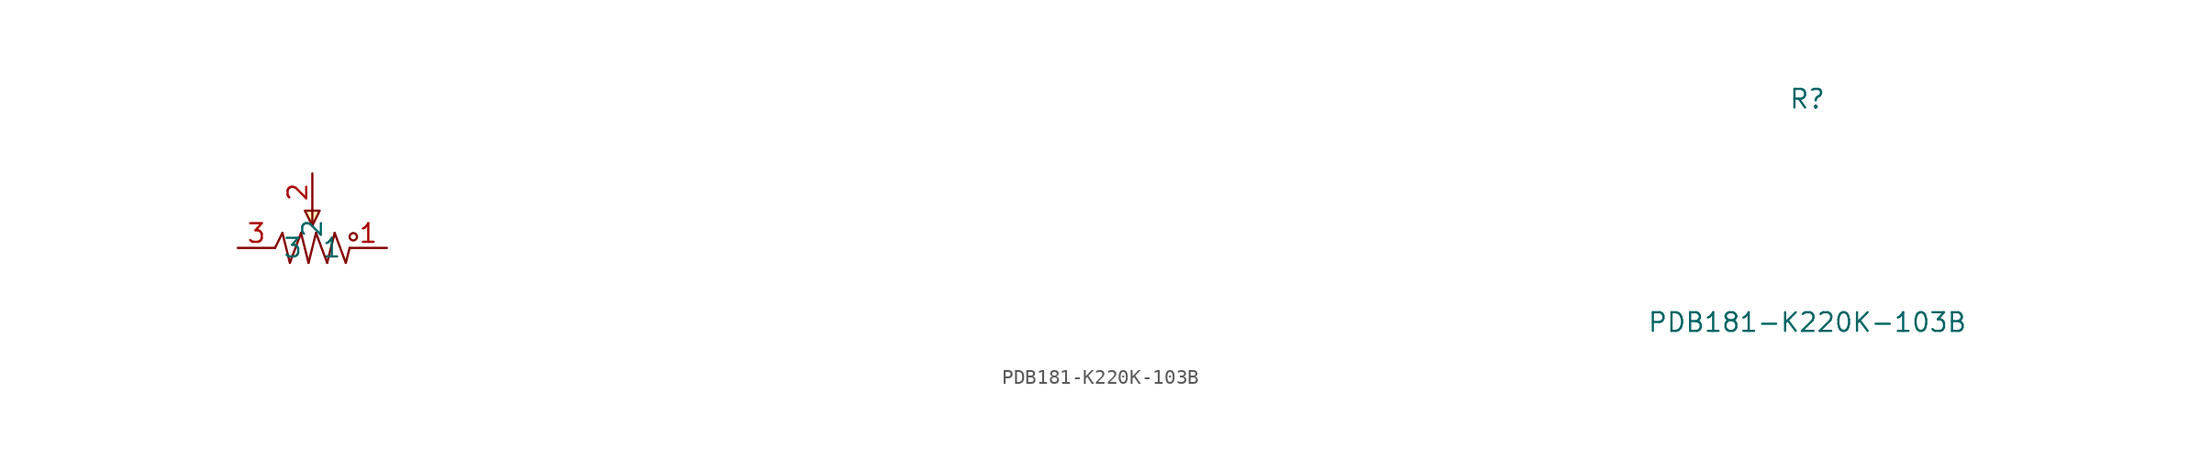
<source format=kicad_sym>
(kicad_symbol_lib
  (version 20211014)
  (generator https://github.com/uPesy/easyeda2kicad.py)
  (symbol "PDB181-K220K-103B"
    (property "Reference" "R"
      (at 0 85.09 0)
      (effects (font (size 1.27 1.27))))
    (property "Value" "PDB181-K220K-103B"
      (at 0 69.85 0)
      (effects (font (size 1.27 1.27))))
    (symbol "PDB181-K220K-103B_0_1"
      (circle (center -99.06 75.69) (radius 0.25) (stroke (width 0) (type default) (color 0 0 0 0)) (fill (type none)))
      (polyline (pts (xy -101.85 77.47) (xy -101.85 76.45)) (stroke (width 0) (type default) (color 0 0 0 0)) (fill (type none)))
      (polyline (pts (xy -99.57 73.91) (xy -99.31 74.93)) (stroke (width 0) (type default) (color 0 0 0 0)) (fill (type none)))
      (polyline (pts (xy -100.33 75.95) (xy -99.57 73.91)) (stroke (width 0) (type default) (color 0 0 0 0)) (fill (type none)))
      (polyline (pts (xy -100.84 73.91) (xy -100.33 75.95)) (stroke (width 0) (type default) (color 0 0 0 0)) (fill (type none)))
      (polyline (pts (xy -101.60 75.95) (xy -100.84 73.91)) (stroke (width 0) (type default) (color 0 0 0 0)) (fill (type none)))
      (polyline (pts (xy -102.11 73.91) (xy -101.60 75.95)) (stroke (width 0) (type default) (color 0 0 0 0)) (fill (type none)))
      (polyline (pts (xy -102.62 75.95) (xy -102.11 73.91)) (stroke (width 0) (type default) (color 0 0 0 0)) (fill (type none)))
      (polyline (pts (xy -103.38 73.91) (xy -102.62 75.95)) (stroke (width 0) (type default) (color 0 0 0 0)) (fill (type none)))
      (polyline (pts (xy -103.89 75.95) (xy -103.38 73.91)) (stroke (width 0) (type default) (color 0 0 0 0)) (fill (type none)))
      (polyline (pts (xy -104.39 74.93) (xy -103.89 75.95)) (stroke (width 0) (type default) (color 0 0 0 0)) (fill (type none)))
      (polyline (pts (xy -102.36 77.47) (xy -101.85 76.45) (xy -101.35 77.47) (xy -102.36 77.47)) (stroke (width 0) (type default) (color 0 0 0 0)) (fill (type background)))
      (pin unspecified line (at -101.85 80.01 270) (length 2.54) (name "2" (effects (font (size 1.27 1.27)))) (number "2" (effects (font (size 1.27 1.27)))))
      (pin unspecified line (at -96.77 74.93 180) (length 2.54) (name "1" (effects (font (size 1.27 1.27)))) (number "1" (effects (font (size 1.27 1.27)))))
      (pin unspecified line (at -106.93 74.93 0) (length 2.54) (name "3" (effects (font (size 1.27 1.27)))) (number "3" (effects (font (size 1.27 1.27))))))))
</source>
